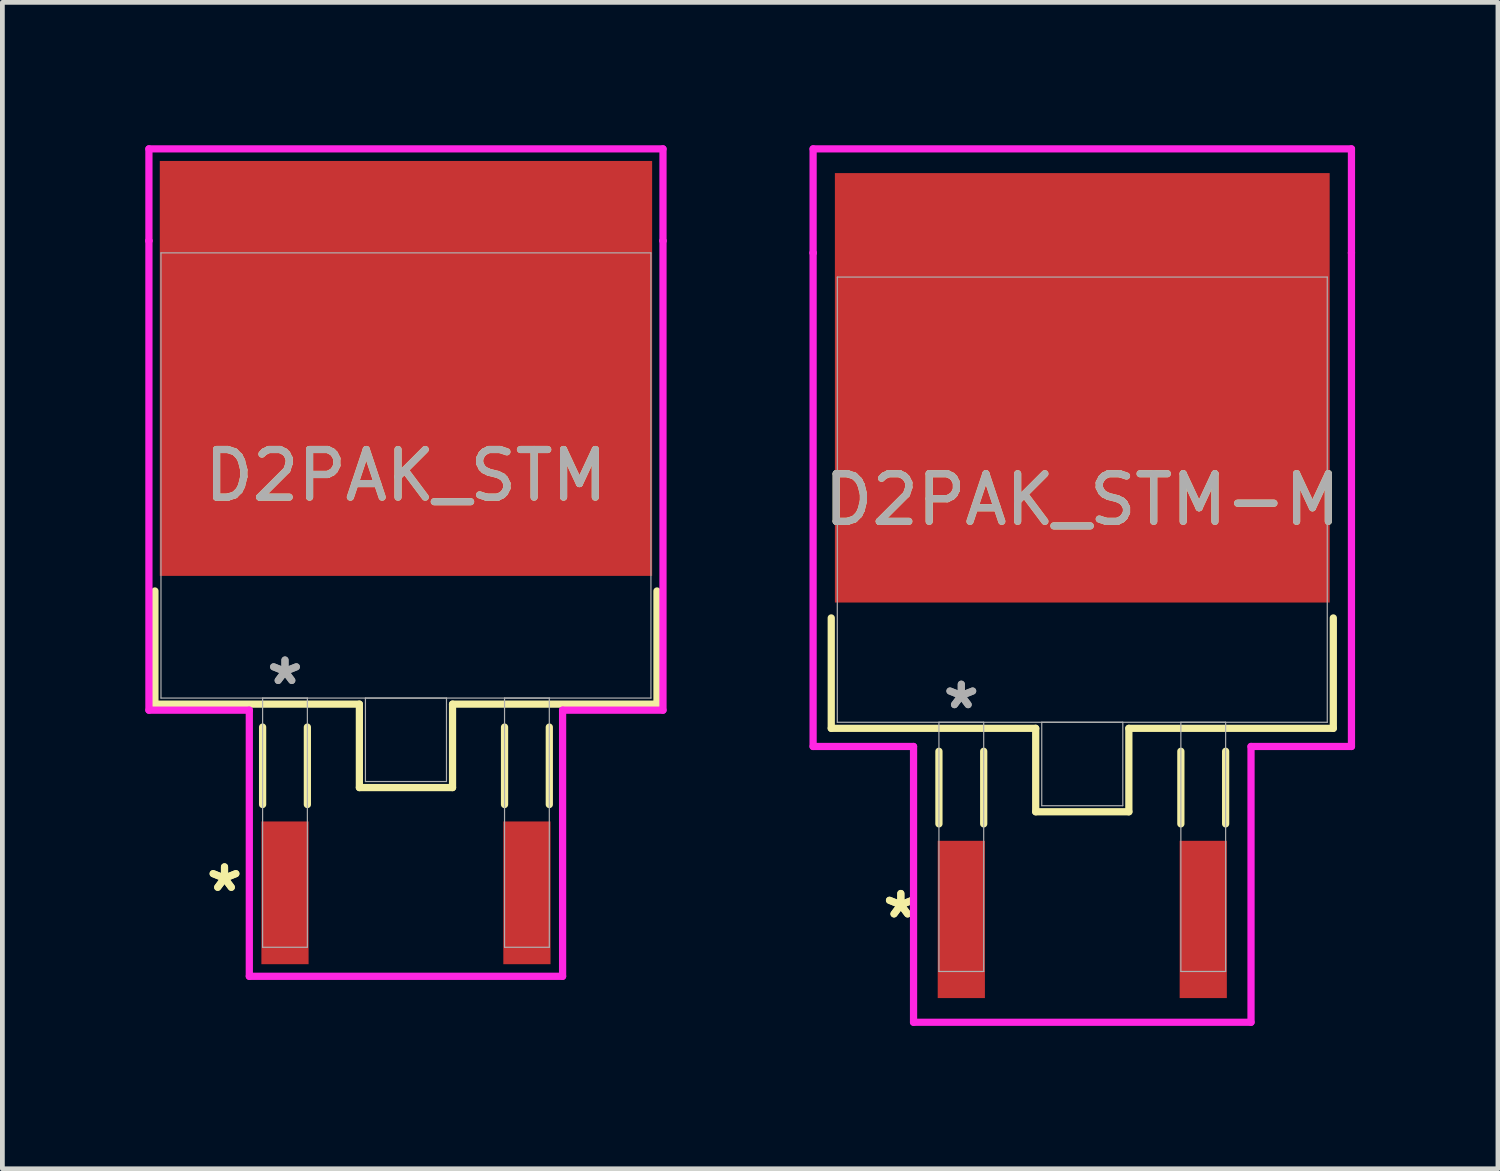
<source format=kicad_pcb>
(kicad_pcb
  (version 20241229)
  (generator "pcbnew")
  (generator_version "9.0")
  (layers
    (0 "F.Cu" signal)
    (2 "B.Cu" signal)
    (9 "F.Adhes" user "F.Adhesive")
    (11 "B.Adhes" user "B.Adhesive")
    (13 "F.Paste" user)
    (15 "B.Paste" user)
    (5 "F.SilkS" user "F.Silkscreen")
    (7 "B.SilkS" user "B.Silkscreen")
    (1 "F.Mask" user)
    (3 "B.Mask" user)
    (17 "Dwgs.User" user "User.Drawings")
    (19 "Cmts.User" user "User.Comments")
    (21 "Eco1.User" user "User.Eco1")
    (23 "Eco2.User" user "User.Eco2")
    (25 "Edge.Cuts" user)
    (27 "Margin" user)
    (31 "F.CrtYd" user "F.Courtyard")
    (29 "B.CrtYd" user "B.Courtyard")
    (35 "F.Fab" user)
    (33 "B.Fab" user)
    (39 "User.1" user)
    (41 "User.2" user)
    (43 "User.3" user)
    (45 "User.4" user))
  (footprint "D2PAK_STM"
    (layer "F.Cu")
    (at 5.474 6.934)
    (property "Reference" "D2PAK_STM" (at 0 0 0) (unlocked yes) (layer "F.SilkS") (effects (font (size 1 1) (thickness 0.15))))
    (attr smd)
    (fp_line (start -5.271 2.425) (end -5.271 4.801) (stroke (width 0.152) (type solid)) (layer "F.SilkS"))
    (fp_line (start -5.271 4.801) (end -0.978 4.801) (stroke (width 0.152) (type solid)) (layer "F.SilkS"))
    (fp_line (start -3.01 5.283) (end -3.01 6.909) (stroke (width 0.152) (type solid)) (layer "F.SilkS"))
    (fp_line (start -2.07 5.283) (end -2.07 6.909) (stroke (width 0.152) (type solid)) (layer "F.SilkS"))
    (fp_line (start -0.978 4.801) (end -0.978 6.553) (stroke (width 0.152) (type solid)) (layer "F.SilkS"))
    (fp_line (start -0.978 6.553) (end 0.978 6.553) (stroke (width 0.152) (type solid)) (layer "F.SilkS"))
    (fp_line (start 0.978 4.801) (end 5.271 4.801) (stroke (width 0.152) (type solid)) (layer "F.SilkS"))
    (fp_line (start 0.978 6.553) (end 0.978 4.801) (stroke (width 0.152) (type solid)) (layer "F.SilkS"))
    (fp_line (start 2.07 5.283) (end 2.07 6.909) (stroke (width 0.152) (type solid)) (layer "F.SilkS"))
    (fp_line (start 3.01 5.283) (end 3.01 6.909) (stroke (width 0.152) (type solid)) (layer "F.SilkS"))
    (fp_line (start 5.271 4.801) (end 5.271 2.425) (stroke (width 0.152) (type solid)) (layer "F.SilkS"))
    (fp_line (start -5.397 -6.858) (end 5.397 -6.858) (stroke (width 0.152) (type solid)) (layer "F.CrtYd"))
    (fp_line (start -5.397 -4.928) (end -5.397 -6.858) (stroke (width 0.152) (type solid)) (layer "F.CrtYd"))
    (fp_line (start -5.397 -4.928) (end -5.397 -4.928) (stroke (width 0.152) (type solid)) (layer "F.CrtYd"))
    (fp_line (start -5.397 4.928) (end -5.397 -4.928) (stroke (width 0.152) (type solid)) (layer "F.CrtYd"))
    (fp_line (start -3.289 4.928) (end -5.397 4.928) (stroke (width 0.152) (type solid)) (layer "F.CrtYd"))
    (fp_line (start -3.289 10.516) (end -3.289 4.928) (stroke (width 0.152) (type solid)) (layer "F.CrtYd"))
    (fp_line (start 3.289 4.928) (end 3.289 10.516) (stroke (width 0.152) (type solid)) (layer "F.CrtYd"))
    (fp_line (start 3.289 10.516) (end -3.289 10.516) (stroke (width 0.152) (type solid)) (layer "F.CrtYd"))
    (fp_line (start 5.397 -6.858) (end 5.397 -4.928) (stroke (width 0.152) (type solid)) (layer "F.CrtYd"))
    (fp_line (start 5.397 -4.928) (end 5.397 -4.928) (stroke (width 0.152) (type solid)) (layer "F.CrtYd"))
    (fp_line (start 5.397 -4.928) (end 5.397 4.928) (stroke (width 0.152) (type solid)) (layer "F.CrtYd"))
    (fp_line (start 5.397 4.928) (end 3.289 4.928) (stroke (width 0.152) (type solid)) (layer "F.CrtYd"))
    (fp_line (start -5.144 -4.674) (end -5.144 4.674) (stroke (width 0.025) (type solid)) (layer "F.Fab"))
    (fp_line (start -5.144 4.674) (end 5.144 4.674) (stroke (width 0.025) (type solid)) (layer "F.Fab"))
    (fp_line (start -3.01 4.674) (end -3.01 9.906) (stroke (width 0.025) (type solid)) (layer "F.Fab"))
    (fp_line (start -3.01 9.906) (end -2.07 9.906) (stroke (width 0.025) (type solid)) (layer "F.Fab"))
    (fp_line (start -2.07 4.674) (end -3.01 4.674) (stroke (width 0.025) (type solid)) (layer "F.Fab"))
    (fp_line (start -2.07 9.906) (end -2.07 4.674) (stroke (width 0.025) (type solid)) (layer "F.Fab"))
    (fp_line (start -0.851 4.674) (end -0.851 6.426) (stroke (width 0.025) (type solid)) (layer "F.Fab"))
    (fp_line (start -0.851 6.426) (end 0.851 6.426) (stroke (width 0.025) (type solid)) (layer "F.Fab"))
    (fp_line (start 0.851 4.674) (end -0.851 4.674) (stroke (width 0.025) (type solid)) (layer "F.Fab"))
    (fp_line (start 0.851 6.426) (end 0.851 4.674) (stroke (width 0.025) (type solid)) (layer "F.Fab"))
    (fp_line (start 2.07 4.674) (end 2.07 9.906) (stroke (width 0.025) (type solid)) (layer "F.Fab"))
    (fp_line (start 2.07 9.906) (end 3.01 9.906) (stroke (width 0.025) (type solid)) (layer "F.Fab"))
    (fp_line (start 3.01 4.674) (end 2.07 4.674) (stroke (width 0.025) (type solid)) (layer "F.Fab"))
    (fp_line (start 3.01 9.906) (end 3.01 4.674) (stroke (width 0.025) (type solid)) (layer "F.Fab"))
    (fp_line (start 5.144 -4.674) (end -5.144 -4.674) (stroke (width 0.025) (type solid)) (layer "F.Fab"))
    (fp_line (start 5.144 4.674) (end 5.144 -4.674) (stroke (width 0.025) (type solid)) (layer "F.Fab"))
    (fp_text user "*" (at -3.81 8.763 0) (unlocked yes) (layer "F.SilkS") (effects (font (size 1 1) (thickness 0.15))))
    (fp_text user "*" (at -3.81 8.763 0) (layer "F.SilkS") (effects (font (size 1 1) (thickness 0.15))))
    (fp_text user "*" (at -2.54 4.42 0) (unlocked yes) (layer "F.Fab") (effects (font (size 1 1) (thickness 0.15))))
    (fp_text user "*" (at -2.54 4.42 0) (layer "F.Fab") (effects (font (size 1 1) (thickness 0.15))))
    (fp_text user "${REFERENCE}" (at 0 0 0) (unlocked yes) (layer "F.Fab") (effects (font (size 1 1) (thickness 0.15))))
    (pad "1" smd rect (at -2.54 8.763) (size 0.991 2.997) (layers "F.Cu" "F.Mask" "F.Paste"))
    (pad "2" smd rect (at 2.54 8.763) (size 0.991 2.997) (layers "F.Cu" "F.Mask" "F.Paste"))
    (pad "3" smd rect (at 0 -2.248) (size 10.338 8.712) (layers "F.Cu" "F.Mask" "F.Paste")))
  (footprint "D2PAK_STM-M"
    (layer "F.Cu")
    (at 19.675 7.442)
    (property "Reference" "D2PAK_STM-M" (at 0 0 0) (unlocked yes) (layer "F.SilkS") (effects (font (size 1 1) (thickness 0.15))))
    (attr smd)
    (fp_line (start -5.271 2.483) (end -5.271 4.801) (stroke (width 0.152) (type solid)) (layer "F.SilkS"))
    (fp_line (start -5.271 4.801) (end -0.978 4.801) (stroke (width 0.152) (type solid)) (layer "F.SilkS"))
    (fp_line (start -3.01 5.283) (end -3.01 6.807) (stroke (width 0.152) (type solid)) (layer "F.SilkS"))
    (fp_line (start -2.07 5.283) (end -2.07 6.807) (stroke (width 0.152) (type solid)) (layer "F.SilkS"))
    (fp_line (start -0.978 4.801) (end -0.978 6.553) (stroke (width 0.152) (type solid)) (layer "F.SilkS"))
    (fp_line (start -0.978 6.553) (end 0.978 6.553) (stroke (width 0.152) (type solid)) (layer "F.SilkS"))
    (fp_line (start 0.978 4.801) (end 5.271 4.801) (stroke (width 0.152) (type solid)) (layer "F.SilkS"))
    (fp_line (start 0.978 6.553) (end 0.978 4.801) (stroke (width 0.152) (type solid)) (layer "F.SilkS"))
    (fp_line (start 2.07 5.283) (end 2.07 6.807) (stroke (width 0.152) (type solid)) (layer "F.SilkS"))
    (fp_line (start 3.01 5.283) (end 3.01 6.807) (stroke (width 0.152) (type solid)) (layer "F.SilkS"))
    (fp_line (start 5.271 4.801) (end 5.271 2.483) (stroke (width 0.152) (type solid)) (layer "F.SilkS"))
    (fp_line (start -5.652 -7.366) (end 5.652 -7.366) (stroke (width 0.152) (type solid)) (layer "F.CrtYd"))
    (fp_line (start -5.652 -5.182) (end -5.652 -7.366) (stroke (width 0.152) (type solid)) (layer "F.CrtYd"))
    (fp_line (start -5.652 -5.182) (end -5.652 -5.182) (stroke (width 0.152) (type solid)) (layer "F.CrtYd"))
    (fp_line (start -5.652 5.182) (end -5.652 -5.182) (stroke (width 0.152) (type solid)) (layer "F.CrtYd"))
    (fp_line (start -3.543 5.182) (end -5.652 5.182) (stroke (width 0.152) (type solid)) (layer "F.CrtYd"))
    (fp_line (start -3.543 10.973) (end -3.543 5.182) (stroke (width 0.152) (type solid)) (layer "F.CrtYd"))
    (fp_line (start 3.543 5.182) (end 3.543 10.973) (stroke (width 0.152) (type solid)) (layer "F.CrtYd"))
    (fp_line (start 3.543 10.973) (end -3.543 10.973) (stroke (width 0.152) (type solid)) (layer "F.CrtYd"))
    (fp_line (start 5.652 -7.366) (end 5.652 -5.182) (stroke (width 0.152) (type solid)) (layer "F.CrtYd"))
    (fp_line (start 5.652 -5.182) (end 5.652 -5.182) (stroke (width 0.152) (type solid)) (layer "F.CrtYd"))
    (fp_line (start 5.652 -5.182) (end 5.652 5.182) (stroke (width 0.152) (type solid)) (layer "F.CrtYd"))
    (fp_line (start 5.652 5.182) (end 3.543 5.182) (stroke (width 0.152) (type solid)) (layer "F.CrtYd"))
    (fp_line (start -5.144 -4.674) (end -5.144 4.674) (stroke (width 0.025) (type solid)) (layer "F.Fab"))
    (fp_line (start -5.144 4.674) (end 5.144 4.674) (stroke (width 0.025) (type solid)) (layer "F.Fab"))
    (fp_line (start -3.01 4.674) (end -3.01 9.906) (stroke (width 0.025) (type solid)) (layer "F.Fab"))
    (fp_line (start -3.01 9.906) (end -2.07 9.906) (stroke (width 0.025) (type solid)) (layer "F.Fab"))
    (fp_line (start -2.07 4.674) (end -3.01 4.674) (stroke (width 0.025) (type solid)) (layer "F.Fab"))
    (fp_line (start -2.07 9.906) (end -2.07 4.674) (stroke (width 0.025) (type solid)) (layer "F.Fab"))
    (fp_line (start -0.851 4.674) (end -0.851 6.426) (stroke (width 0.025) (type solid)) (layer "F.Fab"))
    (fp_line (start -0.851 6.426) (end 0.851 6.426) (stroke (width 0.025) (type solid)) (layer "F.Fab"))
    (fp_line (start 0.851 4.674) (end -0.851 4.674) (stroke (width 0.025) (type solid)) (layer "F.Fab"))
    (fp_line (start 0.851 6.426) (end 0.851 4.674) (stroke (width 0.025) (type solid)) (layer "F.Fab"))
    (fp_line (start 2.07 4.674) (end 2.07 9.906) (stroke (width 0.025) (type solid)) (layer "F.Fab"))
    (fp_line (start 2.07 9.906) (end 3.01 9.906) (stroke (width 0.025) (type solid)) (layer "F.Fab"))
    (fp_line (start 3.01 4.674) (end 2.07 4.674) (stroke (width 0.025) (type solid)) (layer "F.Fab"))
    (fp_line (start 3.01 9.906) (end 3.01 4.674) (stroke (width 0.025) (type solid)) (layer "F.Fab"))
    (fp_line (start 5.144 -4.674) (end -5.144 -4.674) (stroke (width 0.025) (type solid)) (layer "F.Fab"))
    (fp_line (start 5.144 4.674) (end 5.144 -4.674) (stroke (width 0.025) (type solid)) (layer "F.Fab"))
    (fp_text user "*" (at -3.81 8.814 0) (unlocked yes) (layer "F.SilkS") (effects (font (size 1 1) (thickness 0.15))))
    (fp_text user "*" (at -3.81 8.814 0) (layer "F.SilkS") (effects (font (size 1 1) (thickness 0.15))))
    (fp_text user "${REFERENCE}" (at 0 0 0) (unlocked yes) (layer "F.Fab") (effects (font (size 1 1) (thickness 0.15))))
    (fp_text user "*" (at -2.54 4.42 0) (layer "F.Fab") (effects (font (size 1 1) (thickness 0.15))))
    (fp_text user "*" (at -2.54 4.42 0) (unlocked yes) (layer "F.Fab") (effects (font (size 1 1) (thickness 0.15))))
    (pad "1" smd rect (at -2.54 8.814) (size 0.991 3.302) (layers "F.Cu" "F.Mask" "F.Paste"))
    (pad "2" smd rect (at 2.54 8.814) (size 0.991 3.302) (layers "F.Cu" "F.Mask" "F.Paste"))
    (pad "3" smd rect (at 0 -2.349) (size 10.389 9.017) (layers "F.Cu" "F.Mask" "F.Paste")))
  (gr_rect
    (start -3 -3)
    (end 28.403 21.491)
    (stroke (width 0.1) (type default))
    (fill no)
    (layer "Edge.Cuts")))
</source>
